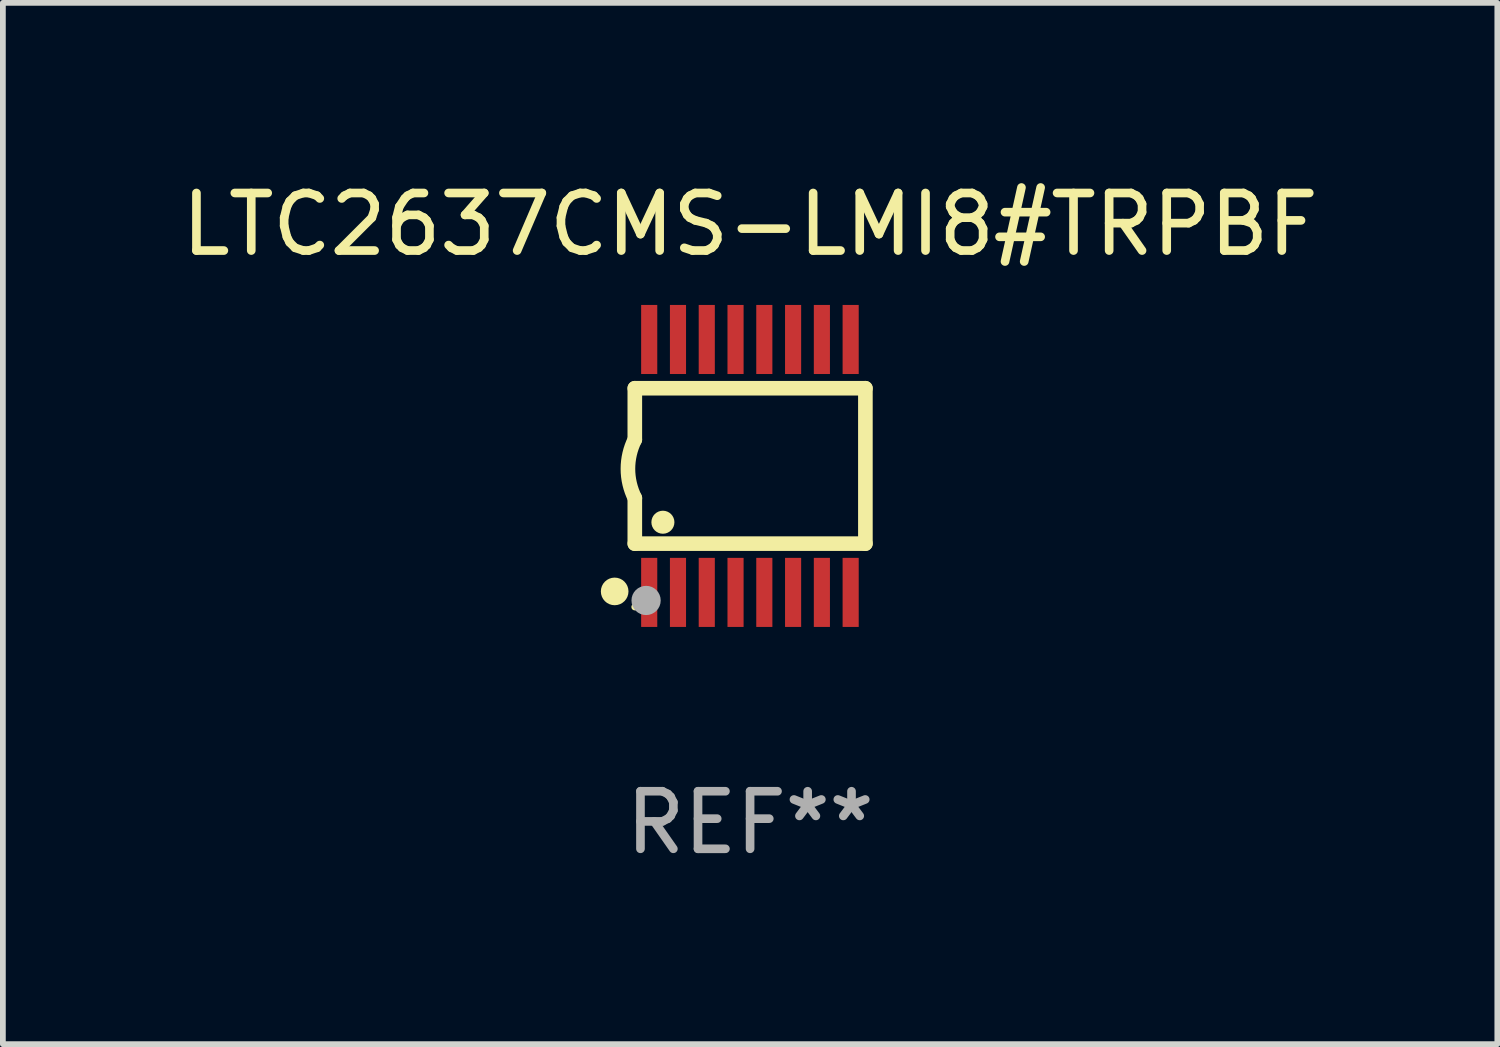
<source format=kicad_pcb>
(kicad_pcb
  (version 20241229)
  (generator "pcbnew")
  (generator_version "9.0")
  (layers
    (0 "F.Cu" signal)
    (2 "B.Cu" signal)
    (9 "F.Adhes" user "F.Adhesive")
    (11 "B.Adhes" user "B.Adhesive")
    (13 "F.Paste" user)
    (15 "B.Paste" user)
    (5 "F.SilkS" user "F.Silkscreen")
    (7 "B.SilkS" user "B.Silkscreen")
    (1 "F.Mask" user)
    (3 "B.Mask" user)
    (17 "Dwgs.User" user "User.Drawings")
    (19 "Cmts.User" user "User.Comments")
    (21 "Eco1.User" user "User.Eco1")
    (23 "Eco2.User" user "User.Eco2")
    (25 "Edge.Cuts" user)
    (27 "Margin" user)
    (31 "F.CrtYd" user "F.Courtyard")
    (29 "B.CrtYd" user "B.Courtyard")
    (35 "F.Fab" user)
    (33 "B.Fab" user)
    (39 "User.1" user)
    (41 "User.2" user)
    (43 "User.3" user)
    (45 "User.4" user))
  (footprint "LTC2637CMS-LMI8#TRPBF"
    (layer "F.Cu")
    (at 9.982 5.045)
    (property "Reference" "LTC2637CMS-LMI8#TRPBF" (at 0 -4.197 0) (layer "F.SilkS") (effects (font (size 1 1) (thickness 0.15))))
    (attr through_hole)
    (fp_line (start -2.003 -1.35) (end -2.003 -0.457) (stroke (width 0.254) (type solid)) (layer "F.SilkS"))
    (fp_line (start -2.003 -1.35) (end 2.003 -1.35) (stroke (width 0.254) (type solid)) (layer "F.SilkS"))
    (fp_line (start -2.003 1.35) (end -2.003 0.559) (stroke (width 0.254) (type solid)) (layer "F.SilkS"))
    (fp_line (start -2.003 1.35) (end 2.003 1.35) (stroke (width 0.254) (type solid)) (layer "F.SilkS"))
    (fp_line (start 2.003 -1.35) (end 2.003 1.35) (stroke (width 0.254) (type solid)) (layer "F.SilkS"))
    (fp_arc (start -2.002286 0.558802) (mid -2.122556 0.05092) (end -2.003302 -0.457201) (stroke (width 0.254001) (type solid)) (layer "F.SilkS"))
    (fp_circle (center -2.353 2.18) (end -2.233 2.18) (stroke (width 0.24) (type solid)) (fill no) (layer "F.SilkS"))
    (fp_circle (center -2.003 2.45) (end -1.973 2.45) (stroke (width 0.06) (type solid)) (fill no) (layer "F.SilkS"))
    (fp_circle (center -1.515 0.978) (end -1.415 0.978) (stroke (width 0.2) (type solid)) (fill no) (layer "F.SilkS"))
    (fp_circle (center -1.807 2.337) (end -1.68 2.337) (stroke (width 0.254) (type solid)) (fill no) (layer "F.Fab"))
    (fp_text user "REF**" (at 0 6.197 0) (layer "F.Fab") (effects (font (size 1 1) (thickness 0.15))))
    (pad "1" smd rect (at -1.753 2.197 90) (size 1.2 0.28) (layers "F.Cu" "F.Mask" "F.Paste"))
    (pad "2" smd rect (at -1.253 2.197 90) (size 1.2 0.28) (layers "F.Cu" "F.Mask" "F.Paste"))
    (pad "3" smd rect (at -0.753 2.197 90) (size 1.2 0.28) (layers "F.Cu" "F.Mask" "F.Paste"))
    (pad "4" smd rect (at -0.253 2.197 90) (size 1.2 0.28) (layers "F.Cu" "F.Mask" "F.Paste"))
    (pad "5" smd rect (at 0.247 2.197 90) (size 1.2 0.28) (layers "F.Cu" "F.Mask" "F.Paste"))
    (pad "6" smd rect (at 0.747 2.197 90) (size 1.2 0.28) (layers "F.Cu" "F.Mask" "F.Paste"))
    (pad "7" smd rect (at 1.247 2.197 90) (size 1.2 0.28) (layers "F.Cu" "F.Mask" "F.Paste"))
    (pad "8" smd rect (at 1.747 2.197 90) (size 1.2 0.28) (layers "F.Cu" "F.Mask" "F.Paste"))
    (pad "9" smd rect (at 1.747 -2.197 90) (size 1.2 0.28) (layers "F.Cu" "F.Mask" "F.Paste"))
    (pad "10" smd rect (at 1.247 -2.197 90) (size 1.2 0.28) (layers "F.Cu" "F.Mask" "F.Paste"))
    (pad "11" smd rect (at 0.747 -2.197 90) (size 1.2 0.28) (layers "F.Cu" "F.Mask" "F.Paste"))
    (pad "12" smd rect (at 0.247 -2.197 90) (size 1.2 0.28) (layers "F.Cu" "F.Mask" "F.Paste"))
    (pad "13" smd rect (at -0.253 -2.197 90) (size 1.2 0.28) (layers "F.Cu" "F.Mask" "F.Paste"))
    (pad "14" smd rect (at -0.753 -2.197 90) (size 1.2 0.28) (layers "F.Cu" "F.Mask" "F.Paste"))
    (pad "15" smd rect (at -1.253 -2.197 90) (size 1.2 0.28) (layers "F.Cu" "F.Mask" "F.Paste"))
    (pad "16" smd rect (at -1.753 -2.197 90) (size 1.2 0.28) (layers "F.Cu" "F.Mask" "F.Paste")))
  (gr_rect
    (start -3 -3)
    (end 22.964 15.091)
    (stroke (width 0.1) (type default))
    (fill no)
    (layer "Edge.Cuts")))
</source>
